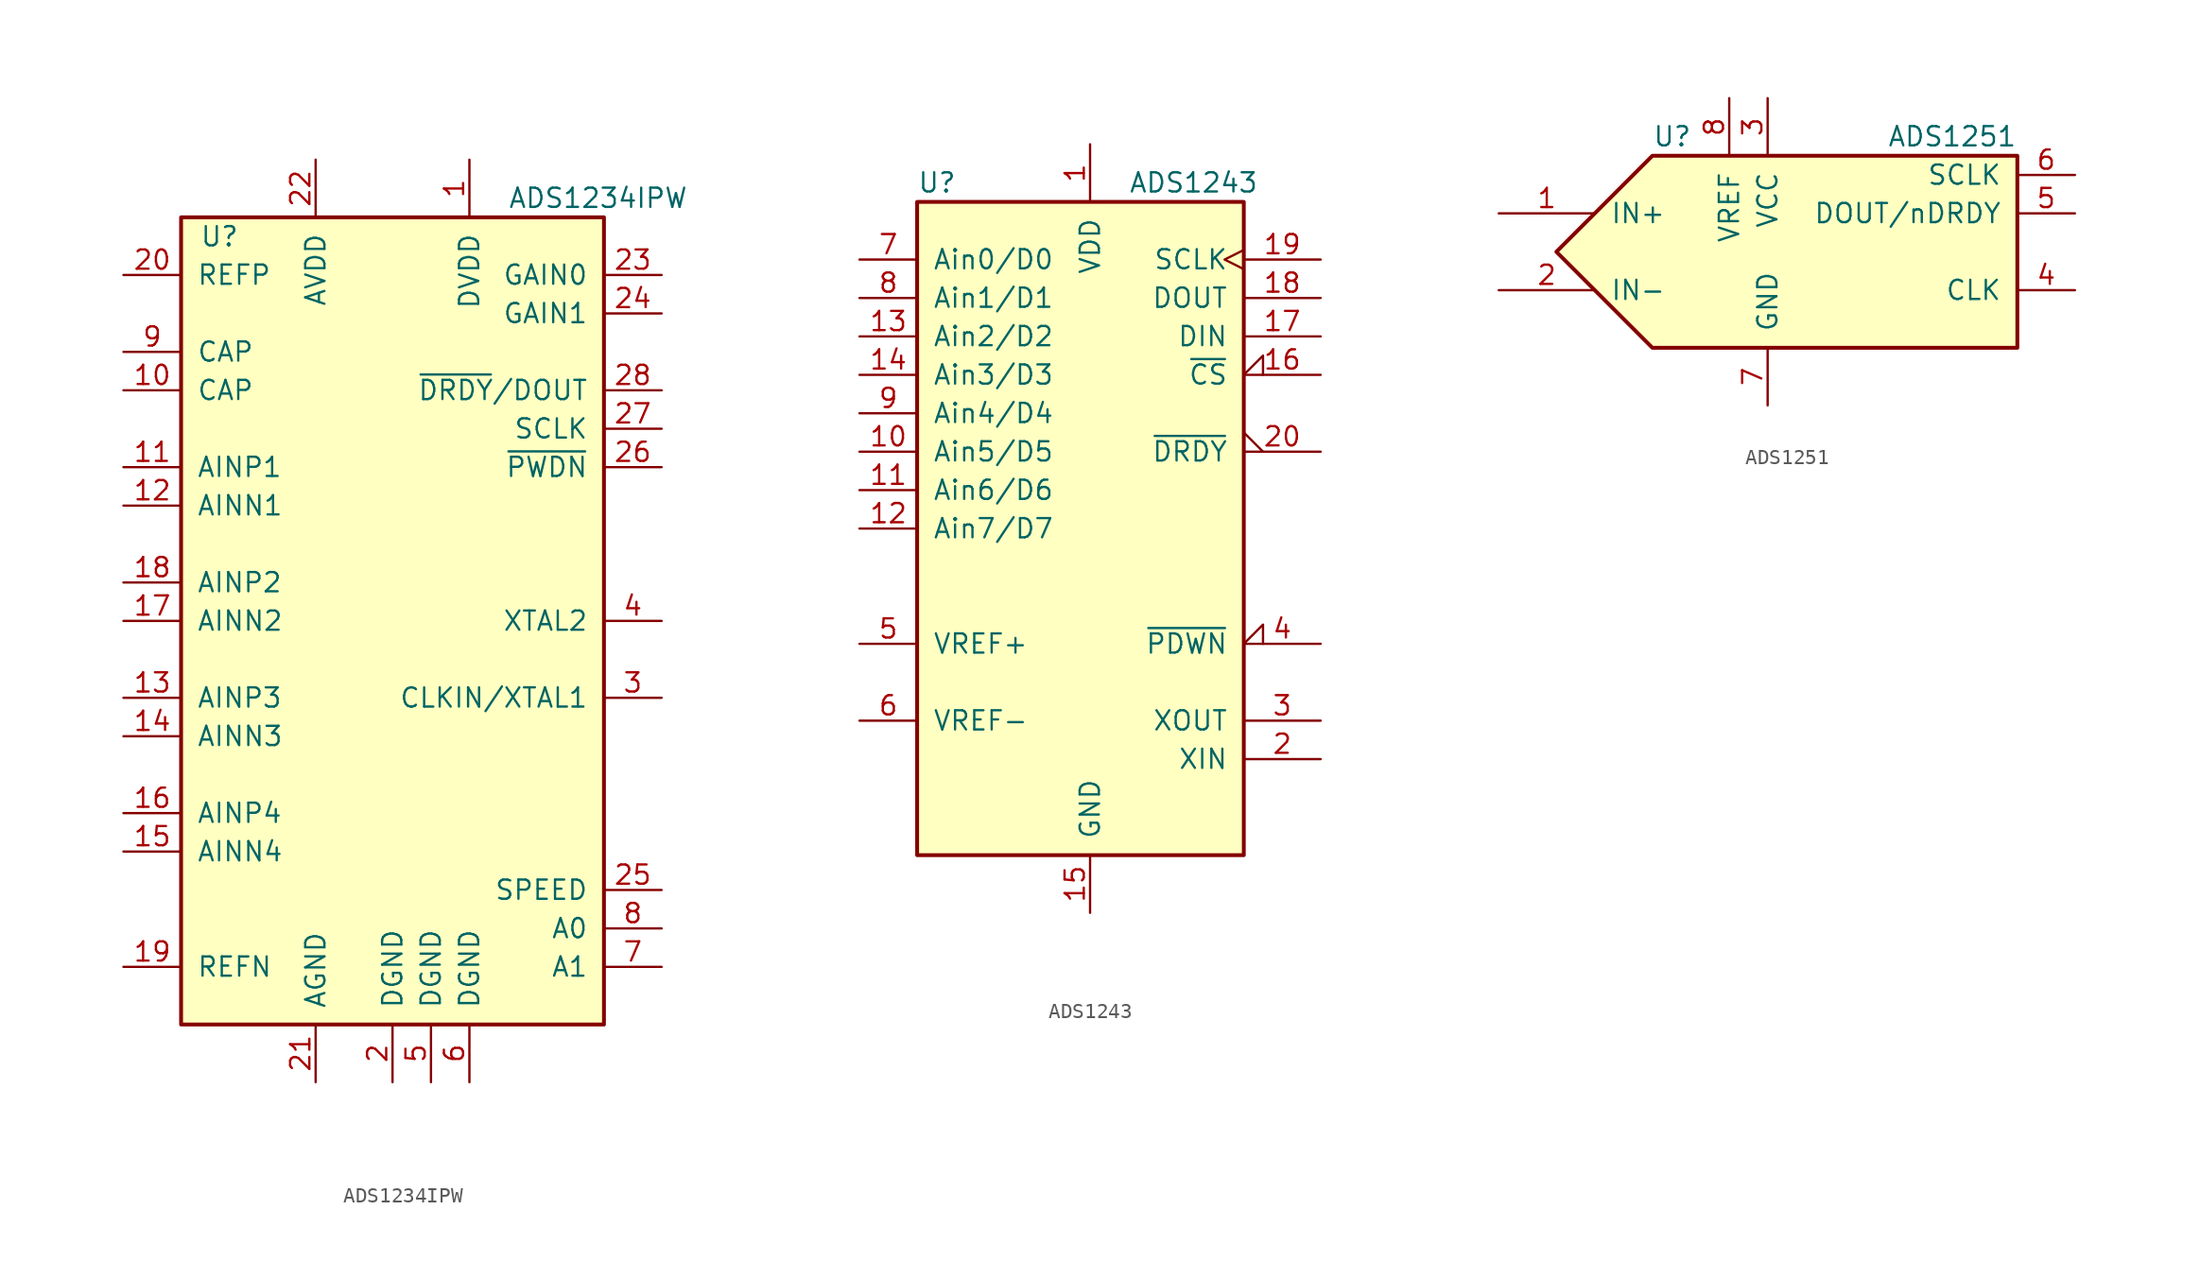
<source format=kicad_sym>
(kicad_symbol_lib
  (version 20211014)
  (generator kicad_symbol_editor)
  (symbol "ADS1234IPW"
    (pin_names
      (offset 1.016))
    (property "Reference" "U"
      (at -11.43 25.4 0)
      (effects (font (size 1.27 1.27))))
    (property "Value" "ADS1234IPW"
      (at 7.62 27.94 0)
      (effects (font (size 1.27 1.27)) (justify left)))
    (symbol "ADS1234IPW_0_1"
      (rectangle (start -13.97 26.67) (end 13.97 -26.67) (stroke (width 0.254) (type default) (color 0 0 0 0)) (fill (type background))))
    (symbol "ADS1234IPW_1_1"
      (pin power_in line (at 5.08 30.48 270) (length 3.81) (name "DVDD" (effects (font (size 1.27 1.27)))) (number "1" (effects (font (size 1.27 1.27)))))
      (pin passive line (at -17.78 15.24 0) (length 3.81) (name "CAP" (effects (font (size 1.27 1.27)))) (number "10" (effects (font (size 1.27 1.27)))))
      (pin input line (at -17.78 10.16 0) (length 3.81) (name "AINP1" (effects (font (size 1.27 1.27)))) (number "11" (effects (font (size 1.27 1.27)))))
      (pin input line (at -17.78 7.62 0) (length 3.81) (name "AINN1" (effects (font (size 1.27 1.27)))) (number "12" (effects (font (size 1.27 1.27)))))
      (pin input line (at -17.78 -5.08 0) (length 3.81) (name "AINP3" (effects (font (size 1.27 1.27)))) (number "13" (effects (font (size 1.27 1.27)))))
      (pin input line (at -17.78 -7.62 0) (length 3.81) (name "AINN3" (effects (font (size 1.27 1.27)))) (number "14" (effects (font (size 1.27 1.27)))))
      (pin input line (at -17.78 -15.24 0) (length 3.81) (name "AINN4" (effects (font (size 1.27 1.27)))) (number "15" (effects (font (size 1.27 1.27)))))
      (pin input line (at -17.78 -12.7 0) (length 3.81) (name "AINP4" (effects (font (size 1.27 1.27)))) (number "16" (effects (font (size 1.27 1.27)))))
      (pin input line (at -17.78 0 0) (length 3.81) (name "AINN2" (effects (font (size 1.27 1.27)))) (number "17" (effects (font (size 1.27 1.27)))))
      (pin input line (at -17.78 2.54 0) (length 3.81) (name "AINP2" (effects (font (size 1.27 1.27)))) (number "18" (effects (font (size 1.27 1.27)))))
      (pin input line (at -17.78 -22.86 0) (length 3.81) (name "REFN" (effects (font (size 1.27 1.27)))) (number "19" (effects (font (size 1.27 1.27)))))
      (pin power_in line (at 0 -30.48 90) (length 3.81) (name "DGND" (effects (font (size 1.27 1.27)))) (number "2" (effects (font (size 1.27 1.27)))))
      (pin input line (at -17.78 22.86 0) (length 3.81) (name "REFP" (effects (font (size 1.27 1.27)))) (number "20" (effects (font (size 1.27 1.27)))))
      (pin power_in line (at -5.08 -30.48 90) (length 3.81) (name "AGND" (effects (font (size 1.27 1.27)))) (number "21" (effects (font (size 1.27 1.27)))))
      (pin power_in line (at -5.08 30.48 270) (length 3.81) (name "AVDD" (effects (font (size 1.27 1.27)))) (number "22" (effects (font (size 1.27 1.27)))))
      (pin input line (at 17.78 22.86 180) (length 3.81) (name "GAIN0" (effects (font (size 1.27 1.27)))) (number "23" (effects (font (size 1.27 1.27)))))
      (pin input line (at 17.78 20.32 180) (length 3.81) (name "GAIN1" (effects (font (size 1.27 1.27)))) (number "24" (effects (font (size 1.27 1.27)))))
      (pin input line (at 17.78 -17.78 180) (length 3.81) (name "SPEED" (effects (font (size 1.27 1.27)))) (number "25" (effects (font (size 1.27 1.27)))))
      (pin input line (at 17.78 10.16 180) (length 3.81) (name "~{PWDN}" (effects (font (size 1.27 1.27)))) (number "26" (effects (font (size 1.27 1.27)))))
      (pin input line (at 17.78 12.7 180) (length 3.81) (name "SCLK" (effects (font (size 1.27 1.27)))) (number "27" (effects (font (size 1.27 1.27)))))
      (pin output line (at 17.78 15.24 180) (length 3.81) (name "~{DRDY}/DOUT" (effects (font (size 1.27 1.27)))) (number "28" (effects (font (size 1.27 1.27)))))
      (pin bidirectional line (at 17.78 -5.08 180) (length 3.81) (name "CLKIN/XTAL1" (effects (font (size 1.27 1.27)))) (number "3" (effects (font (size 1.27 1.27)))))
      (pin bidirectional line (at 17.78 0 180) (length 3.81) (name "XTAL2" (effects (font (size 1.27 1.27)))) (number "4" (effects (font (size 1.27 1.27)))))
      (pin power_in line (at 2.54 -30.48 90) (length 3.81) (name "DGND" (effects (font (size 1.27 1.27)))) (number "5" (effects (font (size 1.27 1.27)))))
      (pin power_in line (at 5.08 -30.48 90) (length 3.81) (name "DGND" (effects (font (size 1.27 1.27)))) (number "6" (effects (font (size 1.27 1.27)))))
      (pin input line (at 17.78 -22.86 180) (length 3.81) (name "A1" (effects (font (size 1.27 1.27)))) (number "7" (effects (font (size 1.27 1.27)))))
      (pin input line (at 17.78 -20.32 180) (length 3.81) (name "A0" (effects (font (size 1.27 1.27)))) (number "8" (effects (font (size 1.27 1.27)))))
      (pin passive line (at -17.78 17.78 0) (length 3.81) (name "CAP" (effects (font (size 1.27 1.27)))) (number "9" (effects (font (size 1.27 1.27)))))))
  (symbol "ADS1243"
    (pin_names
      (offset 1.016))
    (property "Reference" "U"
      (at -11.43 22.86 0)
      (effects (font (size 1.27 1.27)) (justify left)))
    (property "Value" "ADS1243"
      (at 2.54 22.86 0)
      (effects (font (size 1.27 1.27)) (justify left)))
    (symbol "ADS1243_0_1"
      (rectangle (start -11.43 21.59) (end 10.16 -21.59) (stroke (width 0.254) (type default) (color 0 0 0 0)) (fill (type background))))
    (symbol "ADS1243_1_1"
      (pin power_in line (at 0 25.4 270) (length 3.81) (name "VDD" (effects (font (size 1.27 1.27)))) (number "1" (effects (font (size 1.27 1.27)))))
      (pin input line (at -15.24 5.08 0) (length 3.81) (name "Ain5/D5" (effects (font (size 1.27 1.27)))) (number "10" (effects (font (size 1.27 1.27)))))
      (pin input line (at -15.24 2.54 0) (length 3.81) (name "Ain6/D6" (effects (font (size 1.27 1.27)))) (number "11" (effects (font (size 1.27 1.27)))))
      (pin input line (at -15.24 0 0) (length 3.81) (name "Ain7/D7" (effects (font (size 1.27 1.27)))) (number "12" (effects (font (size 1.27 1.27)))))
      (pin input line (at -15.24 12.7 0) (length 3.81) (name "Ain2/D2" (effects (font (size 1.27 1.27)))) (number "13" (effects (font (size 1.27 1.27)))))
      (pin input line (at -15.24 10.16 0) (length 3.81) (name "Ain3/D3" (effects (font (size 1.27 1.27)))) (number "14" (effects (font (size 1.27 1.27)))))
      (pin power_in line (at 0 -25.4 90) (length 3.81) (name "GND" (effects (font (size 1.27 1.27)))) (number "15" (effects (font (size 1.27 1.27)))))
      (pin input input_low (at 15.24 10.16 180) (length 5.08) (name "~{CS}" (effects (font (size 1.27 1.27)))) (number "16" (effects (font (size 1.27 1.27)))))
      (pin input line (at 15.24 12.7 180) (length 5.08) (name "DIN" (effects (font (size 1.27 1.27)))) (number "17" (effects (font (size 1.27 1.27)))))
      (pin output line (at 15.24 15.24 180) (length 5.08) (name "DOUT" (effects (font (size 1.27 1.27)))) (number "18" (effects (font (size 1.27 1.27)))))
      (pin input clock (at 15.24 17.78 180) (length 5.08) (name "SCLK" (effects (font (size 1.27 1.27)))) (number "19" (effects (font (size 1.27 1.27)))))
      (pin input line (at 15.24 -15.24 180) (length 5.08) (name "XIN" (effects (font (size 1.27 1.27)))) (number "2" (effects (font (size 1.27 1.27)))))
      (pin open_collector output_low (at 15.24 5.08 180) (length 5.08) (name "~{DRDY}" (effects (font (size 1.27 1.27)))) (number "20" (effects (font (size 1.27 1.27)))))
      (pin output line (at 15.24 -12.7 180) (length 5.08) (name "XOUT" (effects (font (size 1.27 1.27)))) (number "3" (effects (font (size 1.27 1.27)))))
      (pin input input_low (at 15.24 -7.62 180) (length 5.08) (name "~{PDWN}" (effects (font (size 1.27 1.27)))) (number "4" (effects (font (size 1.27 1.27)))))
      (pin input line (at -15.24 -7.62 0) (length 3.81) (name "VREF+" (effects (font (size 1.27 1.27)))) (number "5" (effects (font (size 1.27 1.27)))))
      (pin input line (at -15.24 -12.7 0) (length 3.81) (name "VREF-" (effects (font (size 1.27 1.27)))) (number "6" (effects (font (size 1.27 1.27)))))
      (pin input line (at -15.24 17.78 0) (length 3.81) (name "Ain0/D0" (effects (font (size 1.27 1.27)))) (number "7" (effects (font (size 1.27 1.27)))))
      (pin input line (at -15.24 15.24 0) (length 3.81) (name "Ain1/D1" (effects (font (size 1.27 1.27)))) (number "8" (effects (font (size 1.27 1.27)))))
      (pin input line (at -15.24 7.62 0) (length 3.81) (name "Ain4/D4" (effects (font (size 1.27 1.27)))) (number "9" (effects (font (size 1.27 1.27)))))))
  (symbol "ADS1251"
    (pin_names
      (offset 1.016))
    (property "Reference" "U"
      (at -10.16 7.62 0)
      (effects (font (size 1.27 1.27)) (justify left)))
    (property "Value" "ADS1251"
      (at 13.97 7.62 0)
      (effects (font (size 1.27 1.27)) (justify right)))
    (symbol "ADS1251_0_1"
      (polyline (pts (xy 13.97 6.35) (xy -10.16 6.35) (xy -16.51 0) (xy -10.16 -6.35) (xy 11.43 -6.35) (xy 13.97 -6.35) (xy 13.97 6.35)) (stroke (width 0.254) (type default) (color 0 0 0 0)) (fill (type background))))
    (symbol "ADS1251_1_1"
      (pin input line (at -20.32 2.54 0) (length 6.35) (name "IN+" (effects (font (size 1.27 1.27)))) (number "1" (effects (font (size 1.27 1.27)))))
      (pin input line (at -20.32 -2.54 0) (length 6.35) (name "IN-" (effects (font (size 1.27 1.27)))) (number "2" (effects (font (size 1.27 1.27)))))
      (pin power_in line (at -2.54 10.16 270) (length 3.81) (name "VCC" (effects (font (size 1.27 1.27)))) (number "3" (effects (font (size 1.27 1.27)))))
      (pin input line (at 17.78 -2.54 180) (length 3.81) (name "CLK" (effects (font (size 1.27 1.27)))) (number "4" (effects (font (size 1.27 1.27)))))
      (pin output line (at 17.78 2.54 180) (length 3.81) (name "DOUT/nDRDY" (effects (font (size 1.27 1.27)))) (number "5" (effects (font (size 1.27 1.27)))))
      (pin input line (at 17.78 5.08 180) (length 3.81) (name "SCLK" (effects (font (size 1.27 1.27)))) (number "6" (effects (font (size 1.27 1.27)))))
      (pin power_in line (at -2.54 -10.16 90) (length 3.81) (name "GND" (effects (font (size 1.27 1.27)))) (number "7" (effects (font (size 1.27 1.27)))))
      (pin input line (at -5.08 10.16 270) (length 3.81) (name "VREF" (effects (font (size 1.27 1.27)))) (number "8" (effects (font (size 1.27 1.27))))))))
</source>
